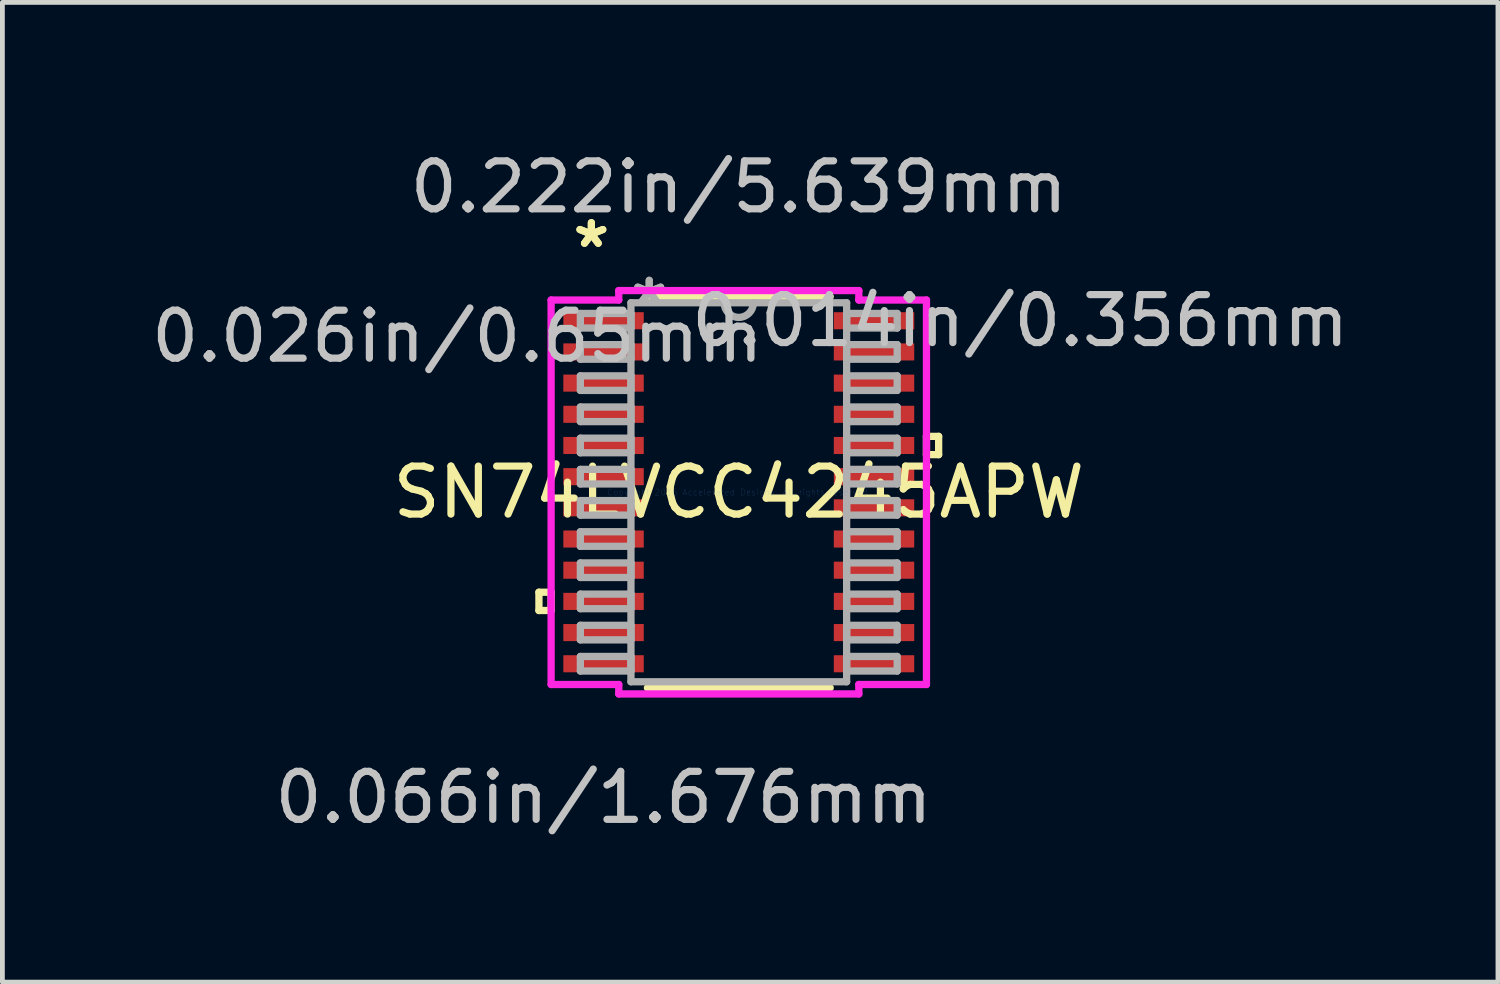
<source format=kicad_pcb>
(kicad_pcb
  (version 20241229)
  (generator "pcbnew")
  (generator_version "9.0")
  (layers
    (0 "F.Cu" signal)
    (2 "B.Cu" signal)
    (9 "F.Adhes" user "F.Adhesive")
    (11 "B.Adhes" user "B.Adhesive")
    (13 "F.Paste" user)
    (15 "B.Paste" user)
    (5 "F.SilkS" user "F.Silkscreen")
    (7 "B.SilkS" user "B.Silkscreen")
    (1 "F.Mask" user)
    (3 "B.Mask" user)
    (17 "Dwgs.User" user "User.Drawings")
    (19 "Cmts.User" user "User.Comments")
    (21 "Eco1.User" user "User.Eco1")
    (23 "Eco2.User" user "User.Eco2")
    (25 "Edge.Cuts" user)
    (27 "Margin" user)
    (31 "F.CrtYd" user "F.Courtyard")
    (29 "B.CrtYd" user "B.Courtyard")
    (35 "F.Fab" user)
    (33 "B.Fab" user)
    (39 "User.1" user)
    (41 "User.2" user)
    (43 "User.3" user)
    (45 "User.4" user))
  (footprint "SN74LVCC4245APW"
    (layer "F.Cu")
    (at 12.35 7.211)
    (property "Reference" "SN74LVCC4245APW" (at 0 0 0) (layer "F.SilkS") (effects (font (size 1 1) (thickness 0.15))))
    (attr through_hole)
    (fp_line (start -4.166 2.084) (end -4.166 2.465) (stroke (width 0.152) (type solid)) (layer "F.SilkS"))
    (fp_line (start -4.166 2.465) (end -3.912 2.465) (stroke (width 0.152) (type solid)) (layer "F.SilkS"))
    (fp_line (start -3.912 2.084) (end -4.166 2.084) (stroke (width 0.152) (type solid)) (layer "F.SilkS"))
    (fp_line (start -3.912 2.465) (end -3.912 2.084) (stroke (width 0.152) (type solid)) (layer "F.SilkS"))
    (fp_line (start -1.905 4.077) (end 1.905 4.077) (stroke (width 0.152) (type solid)) (layer "F.SilkS"))
    (fp_line (start 1.905 -4.077) (end -1.905 -4.077) (stroke (width 0.152) (type solid)) (layer "F.SilkS"))
    (fp_line (start 3.912 -1.165) (end 4.166 -1.165) (stroke (width 0.152) (type solid)) (layer "F.SilkS"))
    (fp_line (start 3.912 -0.784) (end 3.912 -1.165) (stroke (width 0.152) (type solid)) (layer "F.SilkS"))
    (fp_line (start 4.166 -1.165) (end 4.166 -0.784) (stroke (width 0.152) (type solid)) (layer "F.SilkS"))
    (fp_line (start 4.166 -0.784) (end 3.912 -0.784) (stroke (width 0.152) (type solid)) (layer "F.SilkS"))
    (fp_line (start -3.912 -4.007) (end -2.502 -4.007) (stroke (width 0.152) (type solid)) (layer "F.CrtYd"))
    (fp_line (start -3.912 4.007) (end -3.912 -4.007) (stroke (width 0.152) (type solid)) (layer "F.CrtYd"))
    (fp_line (start -2.502 -4.204) (end 2.502 -4.204) (stroke (width 0.152) (type solid)) (layer "F.CrtYd"))
    (fp_line (start -2.502 -4.007) (end -2.502 -4.204) (stroke (width 0.152) (type solid)) (layer "F.CrtYd"))
    (fp_line (start -2.502 4.007) (end -3.912 4.007) (stroke (width 0.152) (type solid)) (layer "F.CrtYd"))
    (fp_line (start -2.502 4.204) (end -2.502 4.007) (stroke (width 0.152) (type solid)) (layer "F.CrtYd"))
    (fp_line (start 2.502 -4.204) (end 2.502 -4.007) (stroke (width 0.152) (type solid)) (layer "F.CrtYd"))
    (fp_line (start 2.502 -4.007) (end 3.912 -4.007) (stroke (width 0.152) (type solid)) (layer "F.CrtYd"))
    (fp_line (start 2.502 4.007) (end 2.502 4.204) (stroke (width 0.152) (type solid)) (layer "F.CrtYd"))
    (fp_line (start 2.502 4.204) (end -2.502 4.204) (stroke (width 0.152) (type solid)) (layer "F.CrtYd"))
    (fp_line (start 3.912 -4.007) (end 3.912 4.007) (stroke (width 0.152) (type solid)) (layer "F.CrtYd"))
    (fp_line (start 3.912 4.007) (end 2.502 4.007) (stroke (width 0.152) (type solid)) (layer "F.CrtYd"))
    (fp_line (start -3.302 -3.727) (end -3.302 -3.423) (stroke (width 0.152) (type solid)) (layer "F.Fab"))
    (fp_line (start -3.302 -3.423) (end -2.248 -3.423) (stroke (width 0.152) (type solid)) (layer "F.Fab"))
    (fp_line (start -3.302 -3.077) (end -3.302 -2.773) (stroke (width 0.152) (type solid)) (layer "F.Fab"))
    (fp_line (start -3.302 -2.773) (end -2.248 -2.773) (stroke (width 0.152) (type solid)) (layer "F.Fab"))
    (fp_line (start -3.302 -2.427) (end -3.302 -2.123) (stroke (width 0.152) (type solid)) (layer "F.Fab"))
    (fp_line (start -3.302 -2.123) (end -2.248 -2.123) (stroke (width 0.152) (type solid)) (layer "F.Fab"))
    (fp_line (start -3.302 -1.777) (end -3.302 -1.473) (stroke (width 0.152) (type solid)) (layer "F.Fab"))
    (fp_line (start -3.302 -1.473) (end -2.248 -1.473) (stroke (width 0.152) (type solid)) (layer "F.Fab"))
    (fp_line (start -3.302 -1.127) (end -3.302 -0.823) (stroke (width 0.152) (type solid)) (layer "F.Fab"))
    (fp_line (start -3.302 -0.823) (end -2.248 -0.823) (stroke (width 0.152) (type solid)) (layer "F.Fab"))
    (fp_line (start -3.302 -0.477) (end -3.302 -0.173) (stroke (width 0.152) (type solid)) (layer "F.Fab"))
    (fp_line (start -3.302 -0.173) (end -2.248 -0.173) (stroke (width 0.152) (type solid)) (layer "F.Fab"))
    (fp_line (start -3.302 0.173) (end -3.302 0.477) (stroke (width 0.152) (type solid)) (layer "F.Fab"))
    (fp_line (start -3.302 0.477) (end -2.248 0.477) (stroke (width 0.152) (type solid)) (layer "F.Fab"))
    (fp_line (start -3.302 0.823) (end -3.302 1.127) (stroke (width 0.152) (type solid)) (layer "F.Fab"))
    (fp_line (start -3.302 1.127) (end -2.248 1.127) (stroke (width 0.152) (type solid)) (layer "F.Fab"))
    (fp_line (start -3.302 1.473) (end -3.302 1.777) (stroke (width 0.152) (type solid)) (layer "F.Fab"))
    (fp_line (start -3.302 1.777) (end -2.248 1.777) (stroke (width 0.152) (type solid)) (layer "F.Fab"))
    (fp_line (start -3.302 2.123) (end -3.302 2.427) (stroke (width 0.152) (type solid)) (layer "F.Fab"))
    (fp_line (start -3.302 2.427) (end -2.248 2.427) (stroke (width 0.152) (type solid)) (layer "F.Fab"))
    (fp_line (start -3.302 2.773) (end -3.302 3.077) (stroke (width 0.152) (type solid)) (layer "F.Fab"))
    (fp_line (start -3.302 3.077) (end -2.248 3.077) (stroke (width 0.152) (type solid)) (layer "F.Fab"))
    (fp_line (start -3.302 3.423) (end -3.302 3.727) (stroke (width 0.152) (type solid)) (layer "F.Fab"))
    (fp_line (start -3.302 3.727) (end -2.248 3.727) (stroke (width 0.152) (type solid)) (layer "F.Fab"))
    (fp_line (start -2.248 -3.95) (end -2.248 3.95) (stroke (width 0.152) (type solid)) (layer "F.Fab"))
    (fp_line (start -2.248 -3.727) (end -3.302 -3.727) (stroke (width 0.152) (type solid)) (layer "F.Fab"))
    (fp_line (start -2.248 -3.423) (end -2.248 -3.727) (stroke (width 0.152) (type solid)) (layer "F.Fab"))
    (fp_line (start -2.248 -3.077) (end -3.302 -3.077) (stroke (width 0.152) (type solid)) (layer "F.Fab"))
    (fp_line (start -2.248 -2.773) (end -2.248 -3.077) (stroke (width 0.152) (type solid)) (layer "F.Fab"))
    (fp_line (start -2.248 -2.427) (end -3.302 -2.427) (stroke (width 0.152) (type solid)) (layer "F.Fab"))
    (fp_line (start -2.248 -2.123) (end -2.248 -2.427) (stroke (width 0.152) (type solid)) (layer "F.Fab"))
    (fp_line (start -2.248 -1.777) (end -3.302 -1.777) (stroke (width 0.152) (type solid)) (layer "F.Fab"))
    (fp_line (start -2.248 -1.473) (end -2.248 -1.777) (stroke (width 0.152) (type solid)) (layer "F.Fab"))
    (fp_line (start -2.248 -1.127) (end -3.302 -1.127) (stroke (width 0.152) (type solid)) (layer "F.Fab"))
    (fp_line (start -2.248 -0.823) (end -2.248 -1.127) (stroke (width 0.152) (type solid)) (layer "F.Fab"))
    (fp_line (start -2.248 -0.477) (end -3.302 -0.477) (stroke (width 0.152) (type solid)) (layer "F.Fab"))
    (fp_line (start -2.248 -0.173) (end -2.248 -0.477) (stroke (width 0.152) (type solid)) (layer "F.Fab"))
    (fp_line (start -2.248 0.173) (end -3.302 0.173) (stroke (width 0.152) (type solid)) (layer "F.Fab"))
    (fp_line (start -2.248 0.477) (end -2.248 0.173) (stroke (width 0.152) (type solid)) (layer "F.Fab"))
    (fp_line (start -2.248 0.823) (end -3.302 0.823) (stroke (width 0.152) (type solid)) (layer "F.Fab"))
    (fp_line (start -2.248 1.127) (end -2.248 0.823) (stroke (width 0.152) (type solid)) (layer "F.Fab"))
    (fp_line (start -2.248 1.473) (end -3.302 1.473) (stroke (width 0.152) (type solid)) (layer "F.Fab"))
    (fp_line (start -2.248 1.777) (end -2.248 1.473) (stroke (width 0.152) (type solid)) (layer "F.Fab"))
    (fp_line (start -2.248 2.123) (end -3.302 2.123) (stroke (width 0.152) (type solid)) (layer "F.Fab"))
    (fp_line (start -2.248 2.427) (end -2.248 2.123) (stroke (width 0.152) (type solid)) (layer "F.Fab"))
    (fp_line (start -2.248 2.773) (end -3.302 2.773) (stroke (width 0.152) (type solid)) (layer "F.Fab"))
    (fp_line (start -2.248 3.077) (end -2.248 2.773) (stroke (width 0.152) (type solid)) (layer "F.Fab"))
    (fp_line (start -2.248 3.423) (end -3.302 3.423) (stroke (width 0.152) (type solid)) (layer "F.Fab"))
    (fp_line (start -2.248 3.727) (end -2.248 3.423) (stroke (width 0.152) (type solid)) (layer "F.Fab"))
    (fp_line (start -2.248 3.95) (end 2.248 3.95) (stroke (width 0.152) (type solid)) (layer "F.Fab"))
    (fp_line (start 2.248 -3.95) (end -2.248 -3.95) (stroke (width 0.152) (type solid)) (layer "F.Fab"))
    (fp_line (start 2.248 -3.727) (end 2.248 -3.423) (stroke (width 0.152) (type solid)) (layer "F.Fab"))
    (fp_line (start 2.248 -3.423) (end 3.302 -3.423) (stroke (width 0.152) (type solid)) (layer "F.Fab"))
    (fp_line (start 2.248 -3.077) (end 2.248 -2.773) (stroke (width 0.152) (type solid)) (layer "F.Fab"))
    (fp_line (start 2.248 -2.773) (end 3.302 -2.773) (stroke (width 0.152) (type solid)) (layer "F.Fab"))
    (fp_line (start 2.248 -2.427) (end 2.248 -2.123) (stroke (width 0.152) (type solid)) (layer "F.Fab"))
    (fp_line (start 2.248 -2.123) (end 3.302 -2.123) (stroke (width 0.152) (type solid)) (layer "F.Fab"))
    (fp_line (start 2.248 -1.777) (end 2.248 -1.473) (stroke (width 0.152) (type solid)) (layer "F.Fab"))
    (fp_line (start 2.248 -1.473) (end 3.302 -1.473) (stroke (width 0.152) (type solid)) (layer "F.Fab"))
    (fp_line (start 2.248 -1.127) (end 2.248 -0.823) (stroke (width 0.152) (type solid)) (layer "F.Fab"))
    (fp_line (start 2.248 -0.823) (end 3.302 -0.823) (stroke (width 0.152) (type solid)) (layer "F.Fab"))
    (fp_line (start 2.248 -0.477) (end 2.248 -0.173) (stroke (width 0.152) (type solid)) (layer "F.Fab"))
    (fp_line (start 2.248 -0.173) (end 3.302 -0.173) (stroke (width 0.152) (type solid)) (layer "F.Fab"))
    (fp_line (start 2.248 0.173) (end 2.248 0.477) (stroke (width 0.152) (type solid)) (layer "F.Fab"))
    (fp_line (start 2.248 0.477) (end 3.302 0.477) (stroke (width 0.152) (type solid)) (layer "F.Fab"))
    (fp_line (start 2.248 0.823) (end 2.248 1.127) (stroke (width 0.152) (type solid)) (layer "F.Fab"))
    (fp_line (start 2.248 1.127) (end 3.302 1.127) (stroke (width 0.152) (type solid)) (layer "F.Fab"))
    (fp_line (start 2.248 1.473) (end 2.248 1.777) (stroke (width 0.152) (type solid)) (layer "F.Fab"))
    (fp_line (start 2.248 1.777) (end 3.302 1.777) (stroke (width 0.152) (type solid)) (layer "F.Fab"))
    (fp_line (start 2.248 2.123) (end 2.248 2.427) (stroke (width 0.152) (type solid)) (layer "F.Fab"))
    (fp_line (start 2.248 2.427) (end 3.302 2.427) (stroke (width 0.152) (type solid)) (layer "F.Fab"))
    (fp_line (start 2.248 2.773) (end 2.248 3.077) (stroke (width 0.152) (type solid)) (layer "F.Fab"))
    (fp_line (start 2.248 3.077) (end 3.302 3.077) (stroke (width 0.152) (type solid)) (layer "F.Fab"))
    (fp_line (start 2.248 3.423) (end 2.248 3.727) (stroke (width 0.152) (type solid)) (layer "F.Fab"))
    (fp_line (start 2.248 3.727) (end 3.302 3.727) (stroke (width 0.152) (type solid)) (layer "F.Fab"))
    (fp_line (start 2.248 3.95) (end 2.248 -3.95) (stroke (width 0.152) (type solid)) (layer "F.Fab"))
    (fp_line (start 3.302 -3.727) (end 2.248 -3.727) (stroke (width 0.152) (type solid)) (layer "F.Fab"))
    (fp_line (start 3.302 -3.423) (end 3.302 -3.727) (stroke (width 0.152) (type solid)) (layer "F.Fab"))
    (fp_line (start 3.302 -3.077) (end 2.248 -3.077) (stroke (width 0.152) (type solid)) (layer "F.Fab"))
    (fp_line (start 3.302 -2.773) (end 3.302 -3.077) (stroke (width 0.152) (type solid)) (layer "F.Fab"))
    (fp_line (start 3.302 -2.427) (end 2.248 -2.427) (stroke (width 0.152) (type solid)) (layer "F.Fab"))
    (fp_line (start 3.302 -2.123) (end 3.302 -2.427) (stroke (width 0.152) (type solid)) (layer "F.Fab"))
    (fp_line (start 3.302 -1.777) (end 2.248 -1.777) (stroke (width 0.152) (type solid)) (layer "F.Fab"))
    (fp_line (start 3.302 -1.473) (end 3.302 -1.777) (stroke (width 0.152) (type solid)) (layer "F.Fab"))
    (fp_line (start 3.302 -1.127) (end 2.248 -1.127) (stroke (width 0.152) (type solid)) (layer "F.Fab"))
    (fp_line (start 3.302 -0.823) (end 3.302 -1.127) (stroke (width 0.152) (type solid)) (layer "F.Fab"))
    (fp_line (start 3.302 -0.477) (end 2.248 -0.477) (stroke (width 0.152) (type solid)) (layer "F.Fab"))
    (fp_line (start 3.302 -0.173) (end 3.302 -0.477) (stroke (width 0.152) (type solid)) (layer "F.Fab"))
    (fp_line (start 3.302 0.173) (end 2.248 0.173) (stroke (width 0.152) (type solid)) (layer "F.Fab"))
    (fp_line (start 3.302 0.477) (end 3.302 0.173) (stroke (width 0.152) (type solid)) (layer "F.Fab"))
    (fp_line (start 3.302 0.823) (end 2.248 0.823) (stroke (width 0.152) (type solid)) (layer "F.Fab"))
    (fp_line (start 3.302 1.127) (end 3.302 0.823) (stroke (width 0.152) (type solid)) (layer "F.Fab"))
    (fp_line (start 3.302 1.473) (end 2.248 1.473) (stroke (width 0.152) (type solid)) (layer "F.Fab"))
    (fp_line (start 3.302 1.777) (end 3.302 1.473) (stroke (width 0.152) (type solid)) (layer "F.Fab"))
    (fp_line (start 3.302 2.123) (end 2.248 2.123) (stroke (width 0.152) (type solid)) (layer "F.Fab"))
    (fp_line (start 3.302 2.427) (end 3.302 2.123) (stroke (width 0.152) (type solid)) (layer "F.Fab"))
    (fp_line (start 3.302 2.773) (end 2.248 2.773) (stroke (width 0.152) (type solid)) (layer "F.Fab"))
    (fp_line (start 3.302 3.077) (end 3.302 2.773) (stroke (width 0.152) (type solid)) (layer "F.Fab"))
    (fp_line (start 3.302 3.423) (end 2.248 3.423) (stroke (width 0.152) (type solid)) (layer "F.Fab"))
    (fp_line (start 3.302 3.727) (end 3.302 3.423) (stroke (width 0.152) (type solid)) (layer "F.Fab"))
    (fp_arc (start 0.3048 -3.9497) (mid 0 -3.6449) (end -0.3048 -3.9497) (stroke (width 0.1524) (type solid)) (layer "F.Fab"))
    (fp_text user "*" (at -3.073 -5.074 0) (layer "F.SilkS") (effects (font (size 1 1) (thickness 0.15))))
    (fp_text user "*" (at -3.073 -5.074 0) (layer "F.SilkS") (effects (font (size 1 1) (thickness 0.15))))
    (fp_text user "0.066in/1.676mm" (at -2.819 6.363 0) (layer "Dwgs.User") (effects (font (size 1 1) (thickness 0.15))))
    (fp_text user "0.026in/0.65mm" (at -5.867 -3.25 0) (layer "Dwgs.User") (effects (font (size 1 1) (thickness 0.15))))
    (fp_text user "0.222in/5.639mm" (at 0 -6.363 0) (layer "Dwgs.User") (effects (font (size 1 1) (thickness 0.15))))
    (fp_text user "0.014in/0.356mm" (at 5.867 -3.575 0) (layer "Dwgs.User") (effects (font (size 1 1) (thickness 0.15))))
    (fp_text user "Copyright 2016 Accelerated Designs. All rights reserved." (at 0 0 0) (layer "Cmts.User") (effects (font (size 0.127 0.127) (thickness 0.002))))
    (fp_text user "*" (at -1.867 -3.873 0) (layer "F.Fab") (effects (font (size 1 1) (thickness 0.15))))
    (fp_text user "*" (at -1.867 -3.873 0) (layer "F.Fab") (effects (font (size 1 1) (thickness 0.15))))
    (pad "1" smd rect (at -2.819 -3.575) (size 1.676 0.356) (layers "F.Cu" "F.Mask" "F.Paste"))
    (pad "2" smd rect (at -2.819 -2.925) (size 1.676 0.356) (layers "F.Cu" "F.Mask" "F.Paste"))
    (pad "3" smd rect (at -2.819 -2.275) (size 1.676 0.356) (layers "F.Cu" "F.Mask" "F.Paste"))
    (pad "4" smd rect (at -2.819 -1.625) (size 1.676 0.356) (layers "F.Cu" "F.Mask" "F.Paste"))
    (pad "5" smd rect (at -2.819 -0.975) (size 1.676 0.356) (layers "F.Cu" "F.Mask" "F.Paste"))
    (pad "6" smd rect (at -2.819 -0.325) (size 1.676 0.356) (layers "F.Cu" "F.Mask" "F.Paste"))
    (pad "7" smd rect (at -2.819 0.325) (size 1.676 0.356) (layers "F.Cu" "F.Mask" "F.Paste"))
    (pad "8" smd rect (at -2.819 0.975) (size 1.676 0.356) (layers "F.Cu" "F.Mask" "F.Paste"))
    (pad "9" smd rect (at -2.819 1.625) (size 1.676 0.356) (layers "F.Cu" "F.Mask" "F.Paste"))
    (pad "10" smd rect (at -2.819 2.275) (size 1.676 0.356) (layers "F.Cu" "F.Mask" "F.Paste"))
    (pad "11" smd rect (at -2.819 2.925) (size 1.676 0.356) (layers "F.Cu" "F.Mask" "F.Paste"))
    (pad "12" smd rect (at -2.819 3.575) (size 1.676 0.356) (layers "F.Cu" "F.Mask" "F.Paste"))
    (pad "13" smd rect (at 2.819 3.575) (size 1.676 0.356) (layers "F.Cu" "F.Mask" "F.Paste"))
    (pad "14" smd rect (at 2.819 2.925) (size 1.676 0.356) (layers "F.Cu" "F.Mask" "F.Paste"))
    (pad "15" smd rect (at 2.819 2.275) (size 1.676 0.356) (layers "F.Cu" "F.Mask" "F.Paste"))
    (pad "16" smd rect (at 2.819 1.625) (size 1.676 0.356) (layers "F.Cu" "F.Mask" "F.Paste"))
    (pad "17" smd rect (at 2.819 0.975) (size 1.676 0.356) (layers "F.Cu" "F.Mask" "F.Paste"))
    (pad "18" smd rect (at 2.819 0.325) (size 1.676 0.356) (layers "F.Cu" "F.Mask" "F.Paste"))
    (pad "19" smd rect (at 2.819 -0.325) (size 1.676 0.356) (layers "F.Cu" "F.Mask" "F.Paste"))
    (pad "20" smd rect (at 2.819 -0.975) (size 1.676 0.356) (layers "F.Cu" "F.Mask" "F.Paste"))
    (pad "21" smd rect (at 2.819 -1.625) (size 1.676 0.356) (layers "F.Cu" "F.Mask" "F.Paste"))
    (pad "22" smd rect (at 2.819 -2.275) (size 1.676 0.356) (layers "F.Cu" "F.Mask" "F.Paste"))
    (pad "23" smd rect (at 2.819 -2.925) (size 1.676 0.356) (layers "F.Cu" "F.Mask" "F.Paste"))
    (pad "24" smd rect (at 2.819 -3.575) (size 1.676 0.356) (layers "F.Cu" "F.Mask" "F.Paste")))
  (gr_rect
    (start -3 -3)
    (end 28.175 17.422)
    (stroke (width 0.1) (type default))
    (fill no)
    (layer "Edge.Cuts")))
</source>
